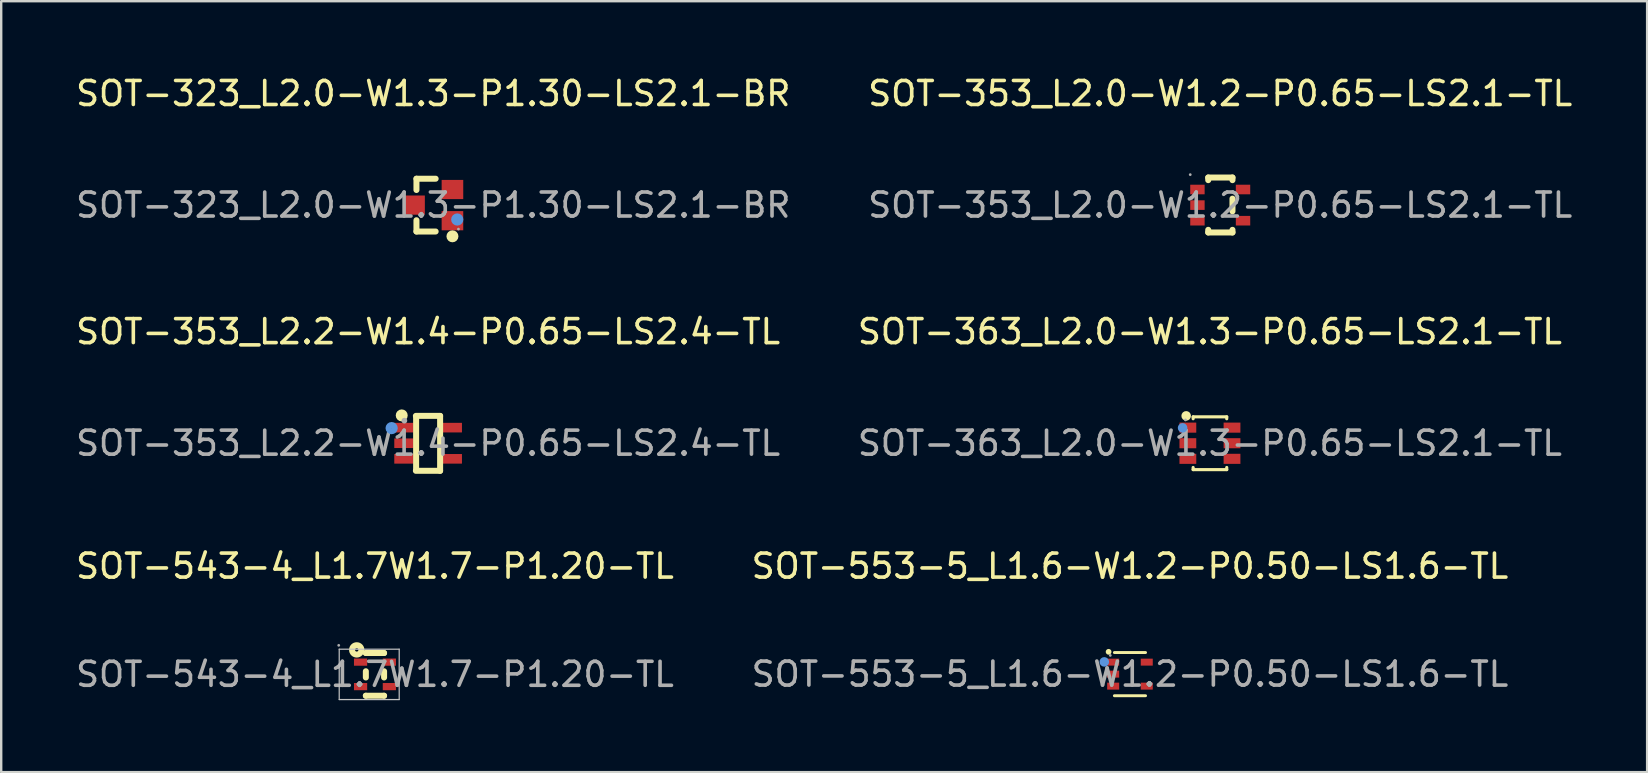
<source format=kicad_pcb>
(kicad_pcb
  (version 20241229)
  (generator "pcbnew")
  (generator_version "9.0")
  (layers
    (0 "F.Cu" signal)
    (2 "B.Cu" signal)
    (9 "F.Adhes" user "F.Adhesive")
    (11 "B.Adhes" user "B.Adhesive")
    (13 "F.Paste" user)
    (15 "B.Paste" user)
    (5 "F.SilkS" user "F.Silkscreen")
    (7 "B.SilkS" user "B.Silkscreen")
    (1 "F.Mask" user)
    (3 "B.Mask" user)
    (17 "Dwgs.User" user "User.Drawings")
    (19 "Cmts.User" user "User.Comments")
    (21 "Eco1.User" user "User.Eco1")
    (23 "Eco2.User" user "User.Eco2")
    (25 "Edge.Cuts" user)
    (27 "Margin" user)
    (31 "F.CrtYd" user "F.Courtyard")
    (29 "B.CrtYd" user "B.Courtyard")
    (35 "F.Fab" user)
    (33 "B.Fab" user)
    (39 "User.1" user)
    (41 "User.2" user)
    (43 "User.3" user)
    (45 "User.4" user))
  (footprint "SOT-353_L2.0-W1.2-P0.65-LS2.1-TL"
    (layer "F.Cu")
    (at 47.804 5.498)
    (property "Reference" "SOT-353_L2.0-W1.2-P0.65-LS2.1-TL" (at 0 -4.65 0) (layer "F.SilkS") (effects (font (size 1 1) (thickness 0.15))))
    (attr through_hole)
    (fp_line (start -0.5 -1.15) (end 0.51 -1.15) (stroke (width 0.25) (type solid)) (layer "F.SilkS"))
    (fp_line (start -0.5 -1.04) (end -0.5 -1.15) (stroke (width 0.25) (type solid)) (layer "F.SilkS"))
    (fp_line (start -0.5 1.14) (end -0.5 1.03) (stroke (width 0.25) (type solid)) (layer "F.SilkS"))
    (fp_line (start 0.51 -1.15) (end 0.51 -1.04) (stroke (width 0.25) (type solid)) (layer "F.SilkS"))
    (fp_line (start 0.51 -0.27) (end 0.51 0.26) (stroke (width 0.25) (type solid)) (layer "F.SilkS"))
    (fp_line (start 0.51 1.03) (end 0.51 1.14) (stroke (width 0.25) (type solid)) (layer "F.SilkS"))
    (fp_line (start 0.51 1.14) (end -0.5 1.14) (stroke (width 0.25) (type solid)) (layer "F.SilkS"))
    (fp_circle (center -1.25 -1.27) (end -1.22 -1.27) (stroke (width 0.06) (type solid)) (fill no) (layer "F.Fab"))
    (fp_text user "${REFERENCE}" (at 0 0 0) (layer "F.Fab") (effects (font (size 1 1) (thickness 0.15))))
    (pad "1" smd rect (at -0.95 -0.65 90) (size 0.4 0.6) (layers "F.Cu" "F.Mask" "F.Paste"))
    (pad "2" smd rect (at -0.95 0 90) (size 0.4 0.6) (layers "F.Cu" "F.Mask" "F.Paste"))
    (pad "3" smd rect (at -0.95 0.65 90) (size 0.4 0.6) (layers "F.Cu" "F.Mask" "F.Paste"))
    (pad "4" smd rect (at 0.95 0.65 90) (size 0.4 0.6) (layers "F.Cu" "F.Mask" "F.Paste"))
    (pad "5" smd rect (at 0.95 -0.65 90) (size 0.4 0.6) (layers "F.Cu" "F.Mask" "F.Paste")))
  (footprint "SOT-323_L2.0-W1.3-P1.30-LS2.1-BR"
    (layer "F.Cu")
    (at 15.006 5.498)
    (property "Reference" "SOT-323_L2.0-W1.3-P1.30-LS2.1-BR" (at 0 -4.65 0) (layer "F.SilkS") (effects (font (size 1 1) (thickness 0.15))))
    (attr through_hole)
    (fp_line (start -0.7 -1.1) (end 0.1 -1.1) (stroke (width 0.25) (type solid)) (layer "F.SilkS"))
    (fp_line (start -0.7 -0.63) (end -0.7 -1.1) (stroke (width 0.25) (type solid)) (layer "F.SilkS"))
    (fp_line (start -0.7 1.1) (end -0.7 0.63) (stroke (width 0.25) (type solid)) (layer "F.SilkS"))
    (fp_line (start -0.7 1.1) (end 0.1 1.1) (stroke (width 0.25) (type solid)) (layer "F.SilkS"))
    (fp_arc (start 0.8 1.3) (mid 0.8 1.3) (end 0.8 1.3) (stroke (width 0.25) (type solid)) (layer "F.SilkS"))
    (fp_circle (center 1 0.6) (end 1.13 0.6) (stroke (width 0.25) (type solid)) (fill no) (layer "Cmts.User"))
    (fp_circle (center 1.05 1) (end 1.08 1) (stroke (width 0.06) (type solid)) (fill no) (layer "F.Fab"))
    (fp_text user "${REFERENCE}" (at 0 0 0) (layer "F.Fab") (effects (font (size 1 1) (thickness 0.15))))
    (pad "1" smd rect (at 0.8 0.65 90) (size 0.8 0.9) (layers "F.Cu" "F.Mask" "F.Paste"))
    (pad "2" smd rect (at 0.8 -0.65 90) (size 0.8 0.9) (layers "F.Cu" "F.Mask" "F.Paste"))
    (pad "3" smd rect (at -0.8 0 90) (size 0.8 0.9) (layers "F.Cu" "F.Mask" "F.Paste")))
  (footprint "SOT-363_L2.0-W1.3-P0.65-LS2.1-TL"
    (layer "F.Cu")
    (at 47.375 15.422)
    (property "Reference" "SOT-363_L2.0-W1.3-P0.65-LS2.1-TL" (at 0 -4.65 0) (layer "F.SilkS") (effects (font (size 1 1) (thickness 0.15))))
    (attr through_hole)
    (fp_line (start -0.7 -1.1) (end -0.7 -1.02) (stroke (width 0.13) (type solid)) (layer "F.SilkS"))
    (fp_line (start -0.7 -1.1) (end 0.7 -1.1) (stroke (width 0.13) (type solid)) (layer "F.SilkS"))
    (fp_line (start -0.7 1.01) (end -0.7 1.1) (stroke (width 0.13) (type solid)) (layer "F.SilkS"))
    (fp_line (start -0.7 1.1) (end 0.7 1.1) (stroke (width 0.13) (type solid)) (layer "F.SilkS"))
    (fp_line (start 0.7 -1.1) (end 0.7 -1.02) (stroke (width 0.13) (type solid)) (layer "F.SilkS"))
    (fp_line (start 0.7 1.01) (end 0.7 1.1) (stroke (width 0.13) (type solid)) (layer "F.SilkS"))
    (fp_circle (center -0.99 -1.14) (end -0.89 -1.14) (stroke (width 0.2) (type solid)) (fill no) (layer "F.SilkS"))
    (fp_circle (center -1.14 -0.64) (end -1.04 -0.64) (stroke (width 0.2) (type solid)) (fill no) (layer "Cmts.User"))
    (fp_circle (center -1.02 -0.97) (end -0.99 -0.97) (stroke (width 0.06) (type solid)) (fill no) (layer "F.Fab"))
    (fp_text user "${REFERENCE}" (at 0 0 0) (layer "F.Fab") (effects (font (size 1 1) (thickness 0.15))))
    (pad "1" smd rect (at -0.92 -0.65) (size 0.7 0.42) (layers "F.Cu" "F.Mask" "F.Paste"))
    (pad "2" smd rect (at -0.92 0) (size 0.7 0.42) (layers "F.Cu" "F.Mask" "F.Paste"))
    (pad "3" smd rect (at -0.92 0.65) (size 0.7 0.42) (layers "F.Cu" "F.Mask" "F.Paste"))
    (pad "4" smd rect (at 0.92 0.65) (size 0.7 0.42) (layers "F.Cu" "F.Mask" "F.Paste"))
    (pad "5" smd rect (at 0.92 0) (size 0.7 0.42) (layers "F.Cu" "F.Mask" "F.Paste"))
    (pad "6" smd rect (at 0.92 -0.65) (size 0.7 0.42) (layers "F.Cu" "F.Mask" "F.Paste")))
  (footprint "SOT-553-5_L1.6-W1.2-P0.50-LS1.6-TL"
    (layer "F.Cu")
    (at 44.042 25.045)
    (property "Reference" "SOT-553-5_L1.6-W1.2-P0.50-LS1.6-TL" (at 0 -4.5 0) (layer "F.SilkS") (effects (font (size 1 1) (thickness 0.15))))
    (attr through_hole)
    (fp_line (start 0.65 -0.9) (end -0.65 -0.9) (stroke (width 0.12) (type solid)) (layer "F.SilkS"))
    (fp_line (start 0.65 0.9) (end -0.65 0.9) (stroke (width 0.12) (type solid)) (layer "F.SilkS"))
    (fp_circle (center -0.89 -0.93) (end -0.83 -0.93) (stroke (width 0.12) (type solid)) (fill no) (layer "F.SilkS"))
    (fp_circle (center -1.07 -0.51) (end -0.97 -0.51) (stroke (width 0.2) (type solid)) (fill no) (layer "Cmts.User"))
    (fp_circle (center -0.82 -0.78) (end -0.79 -0.78) (stroke (width 0.06) (type solid)) (fill no) (layer "F.Fab"))
    (fp_text user "${REFERENCE}" (at 0 0 0) (layer "F.Fab") (effects (font (size 1 1) (thickness 0.15))))
    (pad "1" smd rect (at -0.7 -0.5) (size 0.5 0.29) (layers "F.Cu" "F.Mask" "F.Paste"))
    (pad "2" smd rect (at -0.7 0) (size 0.5 0.29) (layers "F.Cu" "F.Mask" "F.Paste"))
    (pad "3" smd rect (at -0.7 0.5) (size 0.5 0.29) (layers "F.Cu" "F.Mask" "F.Paste"))
    (pad "4" smd rect (at 0.7 0.5) (size 0.5 0.29) (layers "F.Cu" "F.Mask" "F.Paste"))
    (pad "5" smd rect (at 0.7 -0.5) (size 0.5 0.29) (layers "F.Cu" "F.Mask" "F.Paste")))
  (footprint "SOT-353_L2.2-W1.4-P0.65-LS2.4-TL"
    (layer "F.Cu")
    (at 14.792 15.422)
    (property "Reference" "SOT-353_L2.2-W1.4-P0.65-LS2.4-TL" (at 0 -4.65 0) (layer "F.SilkS") (effects (font (size 1 1) (thickness 0.15))))
    (attr through_hole)
    (fp_line (start -0.51 1.15) (end 0.5 1.15) (stroke (width 0.25) (type solid)) (layer "F.SilkS"))
    (fp_line (start -0.5 -1.1) (end -0.5 1.1) (stroke (width 0.25) (type solid)) (layer "F.SilkS"))
    (fp_line (start 0.5 -1.14) (end -0.51 -1.14) (stroke (width 0.25) (type solid)) (layer "F.SilkS"))
    (fp_line (start 0.5 1.15) (end 0.5 -1.14) (stroke (width 0.25) (type solid)) (layer "F.SilkS"))
    (fp_arc (start -1.1 -1.16) (mid -1.1 -1.16) (end -1.1 -1.16) (stroke (width 0.25) (type solid)) (layer "F.SilkS"))
    (fp_circle (center -1.52 -0.63) (end -1.39 -0.63) (stroke (width 0.25) (type solid)) (fill no) (layer "Cmts.User"))
    (fp_circle (center -0.99 -0.94) (end -0.93 -0.94) (stroke (width 0.12) (type solid)) (fill no) (layer "F.Fab"))
    (fp_text user "${REFERENCE}" (at 0 0 0) (layer "F.Fab") (effects (font (size 1 1) (thickness 0.15))))
    (pad "1" smd rect (at -1.01 -0.65 90) (size 0.4 0.8) (layers "F.Cu" "F.Mask" "F.Paste"))
    (pad "2" smd rect (at -1.01 0 90) (size 0.4 0.8) (layers "F.Cu" "F.Mask" "F.Paste"))
    (pad "3" smd rect (at -1.01 0.65 90) (size 0.4 0.8) (layers "F.Cu" "F.Mask" "F.Paste"))
    (pad "4" smd rect (at 1.01 0.65 90) (size 0.4 0.8) (layers "F.Cu" "F.Mask" "F.Paste"))
    (pad "5" smd rect (at 1.01 -0.65 90) (size 0.4 0.8) (layers "F.Cu" "F.Mask" "F.Paste")))
  (footprint "SOT-543-4_L1.7W1.7-P1.20-TL"
    (layer "F.Cu")
    (at 12.577 25.055)
    (property "Reference" "SOT-543-4_L1.7W1.7-P1.20-TL" (at 0 -4.51 0) (layer "F.SilkS") (effects (font (size 1 1) (thickness 0.15))))
    (attr through_hole)
    (fp_line (start -0.38 -0.89) (end -0.38 -0.89) (stroke (width 0.25) (type solid)) (layer "F.SilkS"))
    (fp_line (start -0.38 -0.13) (end -0.38 0.13) (stroke (width 0.25) (type solid)) (layer "F.SilkS"))
    (fp_line (start -0.38 0.89) (end -0.38 0.89) (stroke (width 0.25) (type solid)) (layer "F.SilkS"))
    (fp_line (start -0.38 0.89) (end 0.38 0.89) (stroke (width 0.25) (type solid)) (layer "F.SilkS"))
    (fp_line (start -0.25 -0.89) (end -0.38 -0.89) (stroke (width 0.25) (type solid)) (layer "F.SilkS"))
    (fp_line (start 0.38 -0.89) (end -0.25 -0.89) (stroke (width 0.25) (type solid)) (layer "F.SilkS"))
    (fp_line (start 0.38 -0.89) (end 0.38 -0.89) (stroke (width 0.25) (type solid)) (layer "F.SilkS"))
    (fp_line (start 0.38 0.13) (end 0.38 -0.13) (stroke (width 0.25) (type solid)) (layer "F.SilkS"))
    (fp_line (start 0.38 0.89) (end 0.38 0.89) (stroke (width 0.25) (type solid)) (layer "F.SilkS"))
    (fp_circle (center -0.76 -1.02) (end -0.69 -1.02) (stroke (width 0.25) (type solid)) (fill no) (layer "F.SilkS"))
    (fp_line (start -1.49 -1.05) (end 1.01 -1.05) (stroke (width 0.05) (type solid)) (layer "Dwgs.User"))
    (fp_line (start -1.49 1.05) (end -1.49 -1.05) (stroke (width 0.05) (type solid)) (layer "Dwgs.User"))
    (fp_line (start 1.01 -1.05) (end 1.01 1.05) (stroke (width 0.05) (type solid)) (layer "Dwgs.User"))
    (fp_line (start 1.01 1.05) (end -1.49 1.05) (stroke (width 0.05) (type solid)) (layer "Dwgs.User"))
    (fp_circle (center -1.51 -1.21) (end -1.48 -1.21) (stroke (width 0.06) (type solid)) (fill no) (layer "F.Fab"))
    (fp_text user "${REFERENCE}" (at 0 0 0) (layer "F.Fab") (effects (font (size 1 1) (thickness 0.15))))
    (pad "1" smd rect (at -0.6 -0.51 270) (size 0.3 0.55) (layers "F.Cu" "F.Mask" "F.Paste"))
    (pad "2" smd rect (at -0.6 0.51 270) (size 0.3 0.55) (layers "F.Cu" "F.Mask" "F.Paste"))
    (pad "3" smd rect (at 0.6 0.51 270) (size 0.3 0.55) (layers "F.Cu" "F.Mask" "F.Paste"))
    (pad "4" smd rect (at 0.6 -0.51 270) (size 0.3 0.55) (layers "F.Cu" "F.Mask" "F.Paste")))
  (gr_rect
    (start -3 -3)
    (end 65.595 29.13)
    (stroke (width 0.1) (type default))
    (fill no)
    (layer "Edge.Cuts")))
</source>
